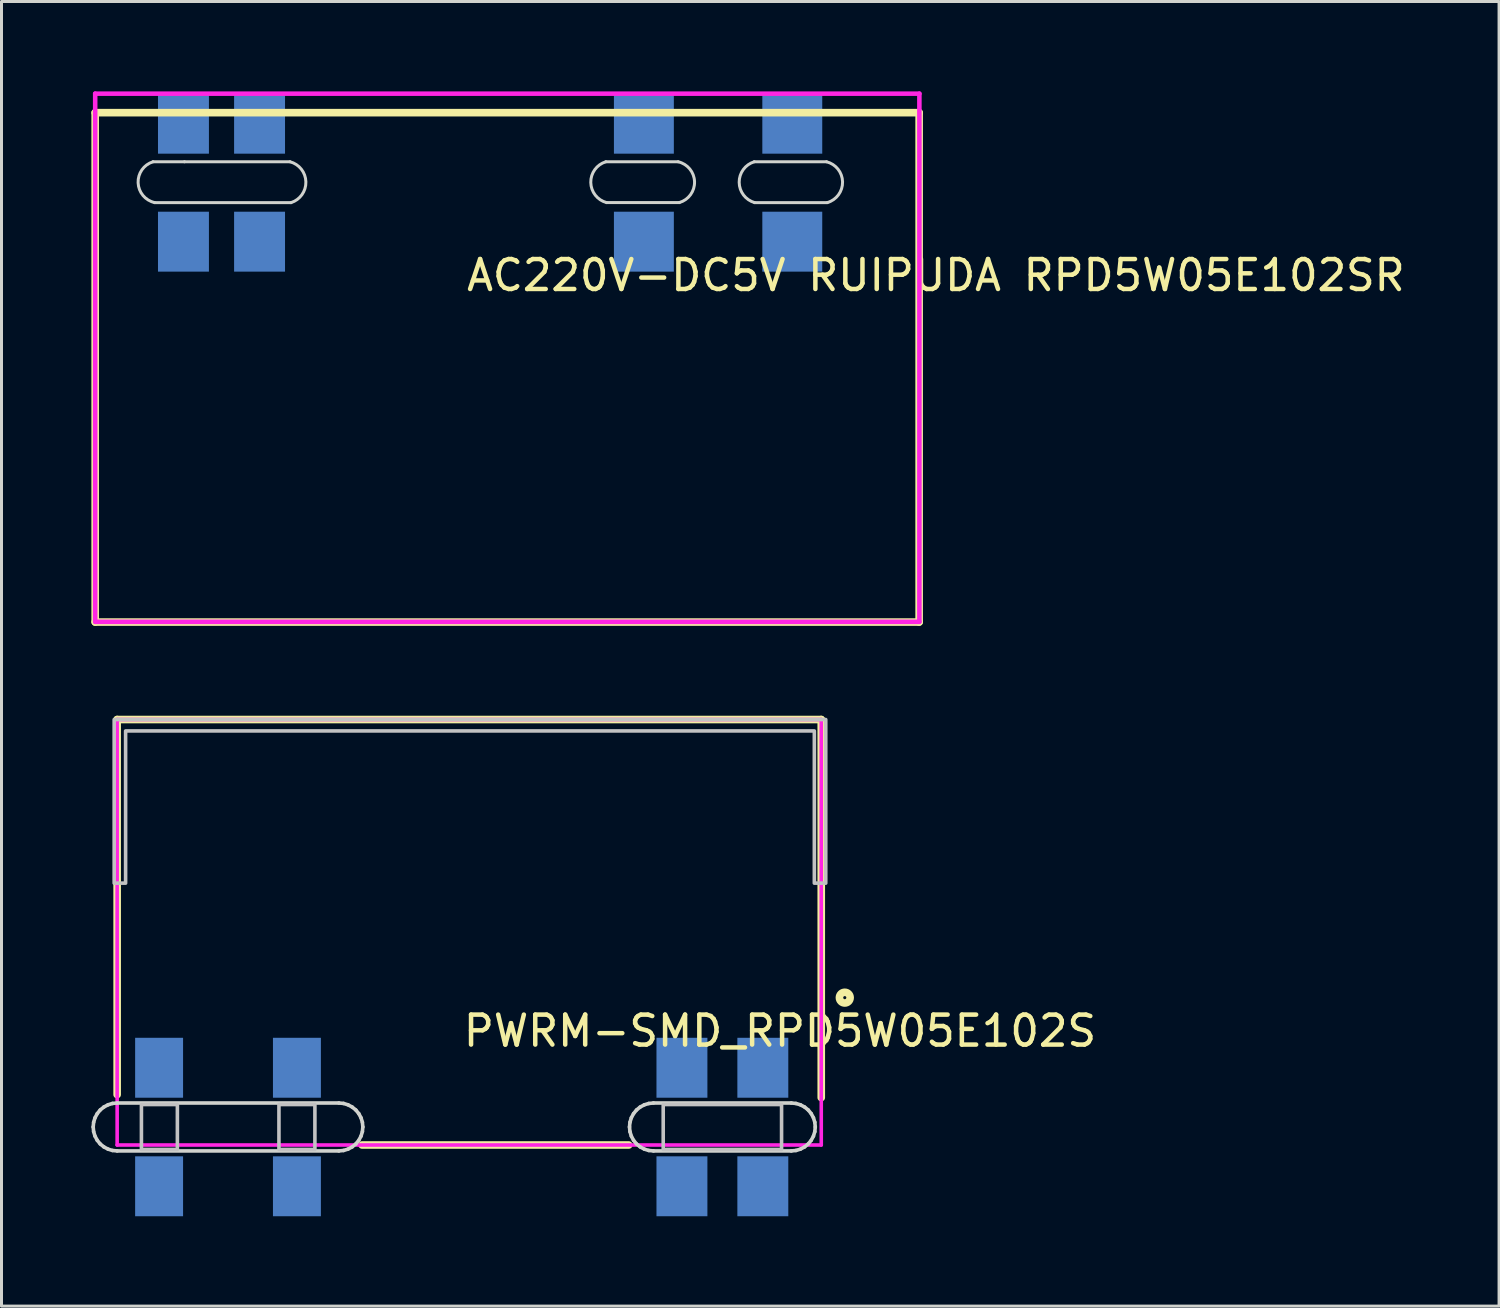
<source format=kicad_pcb>
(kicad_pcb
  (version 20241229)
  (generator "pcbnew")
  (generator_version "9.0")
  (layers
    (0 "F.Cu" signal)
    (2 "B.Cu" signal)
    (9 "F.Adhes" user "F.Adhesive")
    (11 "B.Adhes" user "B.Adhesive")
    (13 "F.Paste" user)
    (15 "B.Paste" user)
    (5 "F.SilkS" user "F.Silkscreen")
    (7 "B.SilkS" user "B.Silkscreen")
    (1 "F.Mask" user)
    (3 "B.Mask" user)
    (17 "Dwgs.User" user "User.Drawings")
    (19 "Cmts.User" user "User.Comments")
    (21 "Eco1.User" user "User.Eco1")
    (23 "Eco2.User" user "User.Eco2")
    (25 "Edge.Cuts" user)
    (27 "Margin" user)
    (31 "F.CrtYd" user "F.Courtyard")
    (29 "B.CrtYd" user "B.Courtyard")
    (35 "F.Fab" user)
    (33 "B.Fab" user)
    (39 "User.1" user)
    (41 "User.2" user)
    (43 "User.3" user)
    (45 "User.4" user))
  (footprint "AC220V-DC5V RUIPUDA RPD5W05E102SR"
    (layer "F.Cu")
    (at 12.446 9.347)
    (property "Reference" "AC220V-DC5V RUIPUDA RPD5W05E102SR" (at 0 -3.207 0) (layer "F.SilkS") (effects (font (size 1 1) (thickness 0.15)) (justify left)))
    (attr through_hole)
    (fp_line (start -12.319 -8.636) (end 15.181 -8.636) (stroke (width 0.254) (type solid)) (layer "F.SilkS"))
    (fp_line (start -12.319 8.364) (end -12.319 -8.636) (stroke (width 0.254) (type solid)) (layer "F.SilkS"))
    (fp_line (start 15.181 -8.636) (end 15.181 8.364) (stroke (width 0.254) (type solid)) (layer "F.SilkS"))
    (fp_line (start 15.181 8.364) (end -12.319 8.364) (stroke (width 0.254) (type solid)) (layer "F.SilkS"))
    (fp_line (start -10.389 -6.998) (end -9.34 -6.998) (stroke (width 0.1) (type default)) (layer "Edge.Cuts"))
    (fp_line (start -9.34 -6.998) (end -5.817 -6.998) (stroke (width 0.1) (type default)) (layer "Edge.Cuts"))
    (fp_line (start -5.784 -5.634) (end -10.336 -5.634) (stroke (width 0.1) (type default)) (layer "Edge.Cuts"))
    (fp_line (start 4.724 -6.998) (end 7.137 -6.998) (stroke (width 0.1) (type default)) (layer "Edge.Cuts"))
    (fp_line (start 7.177 -5.636) (end 4.75 -5.636) (stroke (width 0.1) (type default)) (layer "Edge.Cuts"))
    (fp_line (start 9.688 -5.635) (end 12.115 -5.635) (stroke (width 0.1) (type default)) (layer "Edge.Cuts"))
    (fp_line (start 12.09 -6.998) (end 9.677 -6.998) (stroke (width 0.1) (type default)) (layer "Edge.Cuts"))
    (fp_arc (start -10.335894 -5.635929) (mid -10.886536 -6.296531) (end -10.389 -6.998) (stroke (width 0.1) (type solid)) (layer "Edge.Cuts"))
    (fp_arc (start -5.817 -6.998) (mid -5.287024 -6.328409) (end -5.783546 -5.633647) (stroke (width 0.1) (type solid)) (layer "Edge.Cuts"))
    (fp_arc (start 4.748829 -5.634948) (mid 4.221514 -6.307094) (end 4.724 -6.998) (stroke (width 0.1) (type solid)) (layer "Edge.Cuts"))
    (fp_arc (start 7.137 -6.998) (mid 7.684986 -6.332776) (end 7.177243 -5.636351) (stroke (width 0.1) (type solid)) (layer "Edge.Cuts"))
    (fp_arc (start 9.688418 -5.634595) (mid 9.174631 -6.312043) (end 9.677 -6.998) (stroke (width 0.1) (type solid)) (layer "Edge.Cuts"))
    (fp_arc (start 12.09 -6.998) (mid 12.6249 -6.326083) (end 12.115266 -5.634807) (stroke (width 0.1) (type solid)) (layer "Edge.Cuts"))
    (fp_line (start -12.319 -9.271) (end 15.189 -9.271) (stroke (width 0.152) (type solid)) (layer "F.CrtYd"))
    (fp_line (start -12.319 8.357) (end -12.319 -9.271) (stroke (width 0.152) (type solid)) (layer "F.CrtYd"))
    (fp_line (start 15.189 -9.271) (end 15.189 8.357) (stroke (width 0.152) (type solid)) (layer "F.CrtYd"))
    (fp_line (start 15.189 8.357) (end -12.319 8.357) (stroke (width 0.152) (type solid)) (layer "F.CrtYd"))
    (pad "1" smd rect (at 10.947 -4.331 270) (size 2 2) (layers "B.Cu" "B.Mask" "B.Paste"))
    (pad "2" smd rect (at 5.994 -4.331 270) (size 2 2) (layers "B.Cu" "B.Mask" "B.Paste"))
    (pad "3" smd rect (at -6.833 -4.331 270) (size 2 1.7) (layers "B.Cu" "B.Mask" "B.Paste"))
    (pad "4" smd rect (at -9.373 -4.331 270) (size 2 1.7) (layers "B.Cu" "B.Mask" "B.Paste"))
    (pad "5" smd rect (at 10.947 -8.268 270) (size 2 2) (layers "B.Cu" "B.Mask" "B.Paste"))
    (pad "6" smd rect (at 5.994 -8.268 270) (size 2 2) (layers "B.Cu" "B.Mask" "B.Paste"))
    (pad "7" smd rect (at -6.833 -8.268 270) (size 2 1.7) (layers "B.Cu" "B.Mask" "B.Paste"))
    (pad "8" smd rect (at -9.373 -8.268 270) (size 2 1.7) (layers "B.Cu" "B.Mask" "B.Paste")))
  (footprint "PWRM-SMD_RPD5W05E102S"
    (layer "F.Cu")
    (at 12.335 34.565)
    (property "Reference" "PWRM-SMD_RPD5W05E102S" (at 0 -3.207 0) (layer "F.SilkS") (effects (font (size 1 1) (thickness 0.15)) (justify left)))
    (attr through_hole)
    (fp_line (start -11.475 -13.6) (end 12.025 -13.6) (stroke (width 0.254) (type solid)) (layer "F.SilkS"))
    (fp_line (start -11.475 -1.082) (end -11.475 -13.6) (stroke (width 0.254) (type solid)) (layer "F.SilkS"))
    (fp_line (start -3.3 0.6) (end 5.6 0.6) (stroke (width 0.254) (type solid)) (layer "F.SilkS"))
    (fp_line (start 12.025 -13.6) (end 12.025 -0.982) (stroke (width 0.254) (type solid)) (layer "F.SilkS"))
    (fp_circle (center 12.81 -4.318) (end 12.989 -4.318) (stroke (width 0.254) (type solid)) (fill no) (layer "F.SilkS"))
    (fp_poly (pts (xy -10.665 -0.75) (xy -9.465 -0.75) (xy -9.465 0.75) (xy -10.665 0.75)) (stroke (width 0.12) (type solid)) (fill no) (layer "Dwgs.User"))
    (fp_poly (pts (xy -6.075 -0.75) (xy -4.875 -0.75) (xy -4.875 0.75) (xy -6.075 0.75)) (stroke (width 0.12) (type solid)) (fill no) (layer "Dwgs.User"))
    (fp_poly (pts (xy 6.75 -0.75) (xy 10.7 -0.75) (xy 10.7 0.75) (xy 6.75 0.75)) (stroke (width 0.12) (type solid)) (fill no) (layer "Dwgs.User"))
    (fp_poly (pts (xy -11.574 -13.6) (xy 12.175 -13.6) (xy 12.175 -8.139) (xy 11.794 -8.139) (xy 11.794 -13.219) (xy -11.193 -13.219) (xy -11.193 -8.139) (xy -11.574 -8.139) (xy -11.574 -8.266)) (stroke (width 0.12) (type solid)) (fill no) (layer "Dwgs.User"))
    (fp_circle (center 12.025 -13.382) (end 12.055 -13.382) (stroke (width 0.06) (type solid)) (fill no) (layer "Eco2.User"))
    (fp_line (start -12.275 -0.002) (end -12.26 -0.158) (stroke (width 0.12) (type solid)) (layer "Edge.Cuts"))
    (fp_line (start -12.26 -0.158) (end -12.214 -0.308) (stroke (width 0.12) (type solid)) (layer "Edge.Cuts"))
    (fp_line (start -12.26 0.154) (end -12.275 -0.002) (stroke (width 0.12) (type solid)) (layer "Edge.Cuts"))
    (fp_line (start -12.214 -0.308) (end -12.14 -0.446) (stroke (width 0.12) (type solid)) (layer "Edge.Cuts"))
    (fp_line (start -12.214 0.304) (end -12.26 0.154) (stroke (width 0.12) (type solid)) (layer "Edge.Cuts"))
    (fp_line (start -12.14 -0.446) (end -12.041 -0.568) (stroke (width 0.12) (type solid)) (layer "Edge.Cuts"))
    (fp_line (start -12.14 0.443) (end -12.214 0.304) (stroke (width 0.12) (type solid)) (layer "Edge.Cuts"))
    (fp_line (start -12.041 -0.568) (end -11.919 -0.667) (stroke (width 0.12) (type solid)) (layer "Edge.Cuts"))
    (fp_line (start -12.041 0.564) (end -12.14 0.443) (stroke (width 0.12) (type solid)) (layer "Edge.Cuts"))
    (fp_line (start -11.919 -0.667) (end -11.781 -0.741) (stroke (width 0.12) (type solid)) (layer "Edge.Cuts"))
    (fp_line (start -11.919 0.663) (end -12.041 0.564) (stroke (width 0.12) (type solid)) (layer "Edge.Cuts"))
    (fp_line (start -11.781 -0.741) (end -11.631 -0.787) (stroke (width 0.12) (type solid)) (layer "Edge.Cuts"))
    (fp_line (start -11.781 0.737) (end -11.919 0.663) (stroke (width 0.12) (type solid)) (layer "Edge.Cuts"))
    (fp_line (start -11.631 -0.787) (end -11.475 -0.802) (stroke (width 0.12) (type solid)) (layer "Edge.Cuts"))
    (fp_line (start -11.631 0.783) (end -11.781 0.737) (stroke (width 0.12) (type solid)) (layer "Edge.Cuts"))
    (fp_line (start -11.475 -0.802) (end -4.075 -0.802) (stroke (width 0.12) (type solid)) (layer "Edge.Cuts"))
    (fp_line (start -11.475 0.798) (end -11.631 0.783) (stroke (width 0.12) (type solid)) (layer "Edge.Cuts"))
    (fp_line (start -4.075 -0.802) (end -3.919 -0.787) (stroke (width 0.12) (type solid)) (layer "Edge.Cuts"))
    (fp_line (start -4.075 0.798) (end -11.475 0.798) (stroke (width 0.12) (type solid)) (layer "Edge.Cuts"))
    (fp_line (start -3.919 -0.787) (end -3.769 -0.741) (stroke (width 0.12) (type solid)) (layer "Edge.Cuts"))
    (fp_line (start -3.919 0.783) (end -4.075 0.798) (stroke (width 0.12) (type solid)) (layer "Edge.Cuts"))
    (fp_line (start -3.769 -0.741) (end -3.631 -0.667) (stroke (width 0.12) (type solid)) (layer "Edge.Cuts"))
    (fp_line (start -3.769 0.737) (end -3.919 0.783) (stroke (width 0.12) (type solid)) (layer "Edge.Cuts"))
    (fp_line (start -3.631 -0.667) (end -3.509 -0.568) (stroke (width 0.12) (type solid)) (layer "Edge.Cuts"))
    (fp_line (start -3.631 0.663) (end -3.769 0.737) (stroke (width 0.12) (type solid)) (layer "Edge.Cuts"))
    (fp_line (start -3.509 -0.568) (end -3.41 -0.446) (stroke (width 0.12) (type solid)) (layer "Edge.Cuts"))
    (fp_line (start -3.509 0.564) (end -3.631 0.663) (stroke (width 0.12) (type solid)) (layer "Edge.Cuts"))
    (fp_line (start -3.41 -0.446) (end -3.336 -0.308) (stroke (width 0.12) (type solid)) (layer "Edge.Cuts"))
    (fp_line (start -3.41 0.443) (end -3.509 0.564) (stroke (width 0.12) (type solid)) (layer "Edge.Cuts"))
    (fp_line (start -3.336 -0.308) (end -3.29 -0.158) (stroke (width 0.12) (type solid)) (layer "Edge.Cuts"))
    (fp_line (start -3.336 0.304) (end -3.41 0.443) (stroke (width 0.12) (type solid)) (layer "Edge.Cuts"))
    (fp_line (start -3.29 -0.158) (end -3.275 -0.002) (stroke (width 0.12) (type solid)) (layer "Edge.Cuts"))
    (fp_line (start -3.29 0.154) (end -3.336 0.304) (stroke (width 0.12) (type solid)) (layer "Edge.Cuts"))
    (fp_line (start -3.275 -0.002) (end -3.29 0.154) (stroke (width 0.12) (type solid)) (layer "Edge.Cuts"))
    (fp_line (start 5.625 -0.002) (end 5.64 -0.158) (stroke (width 0.12) (type solid)) (layer "Edge.Cuts"))
    (fp_line (start 5.64 -0.158) (end 5.686 -0.308) (stroke (width 0.12) (type solid)) (layer "Edge.Cuts"))
    (fp_line (start 5.64 0.154) (end 5.625 -0.002) (stroke (width 0.12) (type solid)) (layer "Edge.Cuts"))
    (fp_line (start 5.686 -0.308) (end 5.76 -0.446) (stroke (width 0.12) (type solid)) (layer "Edge.Cuts"))
    (fp_line (start 5.686 0.304) (end 5.64 0.154) (stroke (width 0.12) (type solid)) (layer "Edge.Cuts"))
    (fp_line (start 5.76 -0.446) (end 5.859 -0.568) (stroke (width 0.12) (type solid)) (layer "Edge.Cuts"))
    (fp_line (start 5.76 0.443) (end 5.686 0.304) (stroke (width 0.12) (type solid)) (layer "Edge.Cuts"))
    (fp_line (start 5.859 -0.568) (end 5.981 -0.667) (stroke (width 0.12) (type solid)) (layer "Edge.Cuts"))
    (fp_line (start 5.859 0.564) (end 5.76 0.443) (stroke (width 0.12) (type solid)) (layer "Edge.Cuts"))
    (fp_line (start 5.981 -0.667) (end 6.119 -0.741) (stroke (width 0.12) (type solid)) (layer "Edge.Cuts"))
    (fp_line (start 5.981 0.663) (end 5.859 0.564) (stroke (width 0.12) (type solid)) (layer "Edge.Cuts"))
    (fp_line (start 6.119 -0.741) (end 6.269 -0.786) (stroke (width 0.12) (type solid)) (layer "Edge.Cuts"))
    (fp_line (start 6.119 0.737) (end 5.981 0.663) (stroke (width 0.12) (type solid)) (layer "Edge.Cuts"))
    (fp_line (start 6.269 -0.786) (end 6.425 -0.802) (stroke (width 0.12) (type solid)) (layer "Edge.Cuts"))
    (fp_line (start 6.269 0.783) (end 6.119 0.737) (stroke (width 0.12) (type solid)) (layer "Edge.Cuts"))
    (fp_line (start 6.425 -0.802) (end 11.025 -0.802) (stroke (width 0.12) (type solid)) (layer "Edge.Cuts"))
    (fp_line (start 6.425 0.798) (end 6.269 0.783) (stroke (width 0.12) (type solid)) (layer "Edge.Cuts"))
    (fp_line (start 11.025 -0.802) (end 11.181 -0.786) (stroke (width 0.12) (type solid)) (layer "Edge.Cuts"))
    (fp_line (start 11.025 0.798) (end 6.425 0.798) (stroke (width 0.12) (type solid)) (layer "Edge.Cuts"))
    (fp_line (start 11.181 -0.786) (end 11.331 -0.741) (stroke (width 0.12) (type solid)) (layer "Edge.Cuts"))
    (fp_line (start 11.181 0.783) (end 11.025 0.798) (stroke (width 0.12) (type solid)) (layer "Edge.Cuts"))
    (fp_line (start 11.331 -0.741) (end 11.469 -0.667) (stroke (width 0.12) (type solid)) (layer "Edge.Cuts"))
    (fp_line (start 11.331 0.737) (end 11.181 0.783) (stroke (width 0.12) (type solid)) (layer "Edge.Cuts"))
    (fp_line (start 11.469 -0.667) (end 11.591 -0.568) (stroke (width 0.12) (type solid)) (layer "Edge.Cuts"))
    (fp_line (start 11.469 0.663) (end 11.331 0.737) (stroke (width 0.12) (type solid)) (layer "Edge.Cuts"))
    (fp_line (start 11.591 -0.568) (end 11.69 -0.446) (stroke (width 0.12) (type solid)) (layer "Edge.Cuts"))
    (fp_line (start 11.591 0.564) (end 11.469 0.663) (stroke (width 0.12) (type solid)) (layer "Edge.Cuts"))
    (fp_line (start 11.69 -0.446) (end 11.764 -0.308) (stroke (width 0.12) (type solid)) (layer "Edge.Cuts"))
    (fp_line (start 11.69 0.443) (end 11.591 0.564) (stroke (width 0.12) (type solid)) (layer "Edge.Cuts"))
    (fp_line (start 11.764 -0.308) (end 11.81 -0.158) (stroke (width 0.12) (type solid)) (layer "Edge.Cuts"))
    (fp_line (start 11.764 0.304) (end 11.69 0.443) (stroke (width 0.12) (type solid)) (layer "Edge.Cuts"))
    (fp_line (start 11.81 -0.158) (end 11.825 -0.002) (stroke (width 0.12) (type solid)) (layer "Edge.Cuts"))
    (fp_line (start 11.81 0.154) (end 11.764 0.304) (stroke (width 0.12) (type solid)) (layer "Edge.Cuts"))
    (fp_line (start 11.825 -0.002) (end 11.81 0.154) (stroke (width 0.12) (type solid)) (layer "Edge.Cuts"))
    (fp_line (start -11.475 -13.6) (end -11.475 0.6) (stroke (width 0.12) (type solid)) (layer "F.CrtYd"))
    (fp_line (start -11.475 0.6) (end 12.025 0.6) (stroke (width 0.12) (type solid)) (layer "F.CrtYd"))
    (fp_line (start 12.025 -13.6) (end -11.475 -13.6) (stroke (width 0.12) (type solid)) (layer "F.CrtYd"))
    (fp_line (start 12.025 0.6) (end 12.025 -13.6) (stroke (width 0.12) (type solid)) (layer "F.CrtYd"))
    (pad "1" smd rect (at 10.075 -1.978) (size 1.7 2) (layers "B.Cu" "B.Mask" "B.Paste"))
    (pad "2" smd rect (at 10.075 1.978) (size 1.7 2) (layers "B.Cu" "B.Mask" "B.Paste"))
    (pad "3" smd rect (at 7.375 1.978) (size 1.7 2) (layers "B.Cu" "B.Mask" "B.Paste"))
    (pad "4" smd rect (at 7.375 -1.978) (size 1.7 2) (layers "B.Cu" "B.Mask" "B.Paste"))
    (pad "5" smd rect (at -5.475 -1.978) (size 1.6 2) (layers "B.Cu" "B.Mask" "B.Paste"))
    (pad "6" smd rect (at -5.475 1.978) (size 1.6 2) (layers "B.Cu" "B.Mask" "B.Paste"))
    (pad "7" smd rect (at -10.075 -1.978) (size 1.6 2) (layers "B.Cu" "B.Mask" "B.Paste"))
    (pad "8" smd rect (at -10.075 1.978) (size 1.6 2) (layers "B.Cu" "B.Mask" "B.Paste")))
  (gr_rect
    (start -3 -3)
    (end 46.982 40.543)
    (stroke (width 0.1) (type default))
    (fill no)
    (layer "Edge.Cuts")))
</source>
